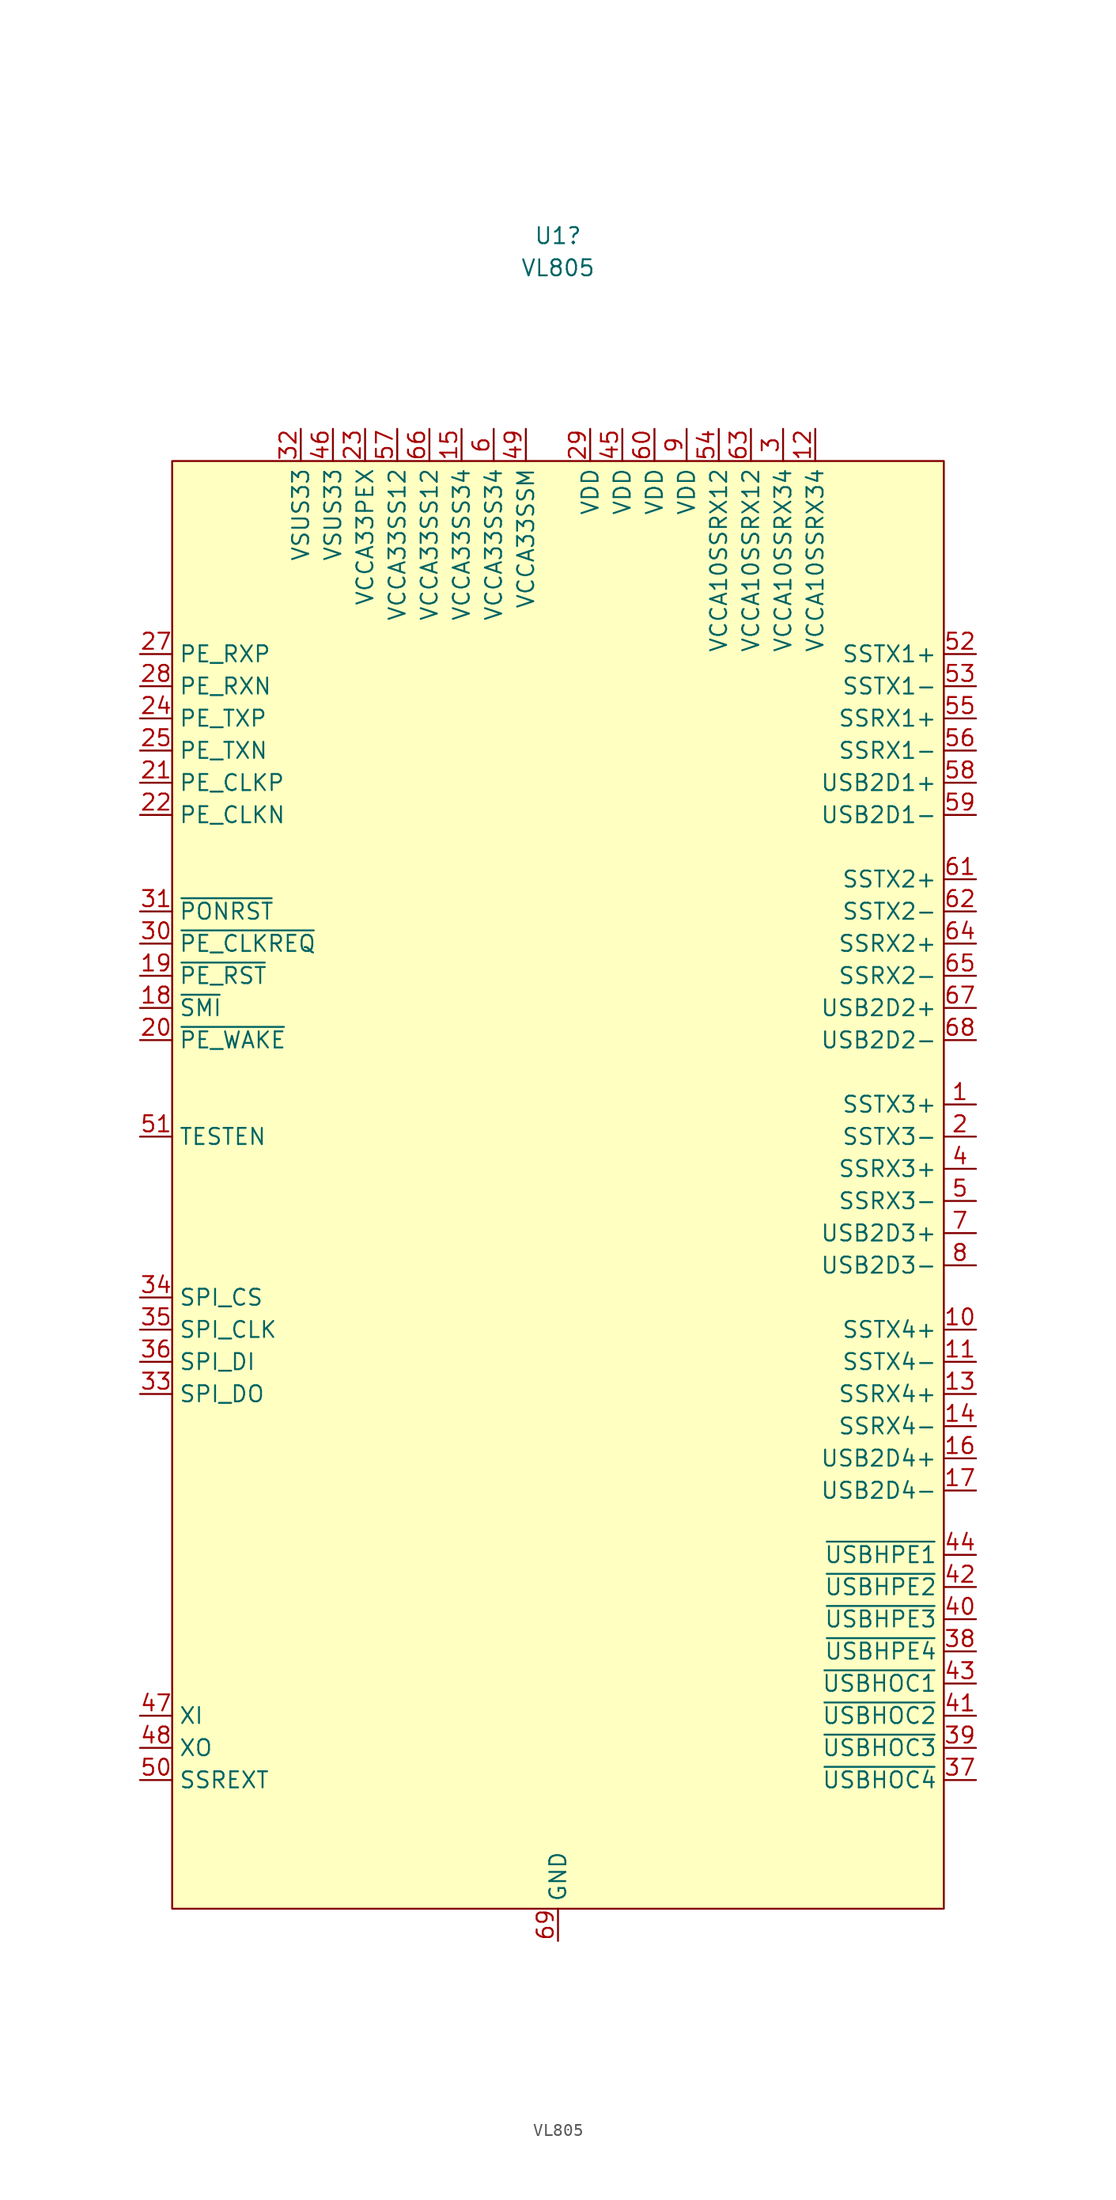
<source format=kicad_sym>
(kicad_symbol_lib
  (version 20220914)
  (generator kicad_symbol_editor)
  (symbol "VL805"
    (property "Reference" "U1"
      (at 0 58.42 0)
      (effects (font (size 1.27 1.27))))
    (property "Value" "VL805"
      (at 0 55.88 0)
      (effects (font (size 1.27 1.27))))
    (symbol "VL805_1_1"
      (rectangle (start -30.48 40.64) (end 30.48 -73.66) (stroke (width 0) (type default)) (fill (type background)))
      (pin input line (at 33.02 -10.16 180) (length 2.54) (name "SSTX3+" (effects (font (size 1.27 1.27)))) (number "1" (effects (font (size 1.27 1.27)))))
      (pin input line (at 33.02 -27.94 180) (length 2.54) (name "SSTX4+" (effects (font (size 1.27 1.27)))) (number "10" (effects (font (size 1.27 1.27)))))
      (pin input line (at 33.02 -30.48 180) (length 2.54) (name "SSTX4-" (effects (font (size 1.27 1.27)))) (number "11" (effects (font (size 1.27 1.27)))))
      (pin input line (at 20.32 43.18 270) (length 2.54) (name "VCCA10SSRX34" (effects (font (size 1.27 1.27)))) (number "12" (effects (font (size 1.27 1.27)))))
      (pin input line (at 33.02 -33.02 180) (length 2.54) (name "SSRX4+" (effects (font (size 1.27 1.27)))) (number "13" (effects (font (size 1.27 1.27)))))
      (pin input line (at 33.02 -35.56 180) (length 2.54) (name "SSRX4-" (effects (font (size 1.27 1.27)))) (number "14" (effects (font (size 1.27 1.27)))))
      (pin power_in line (at -7.62 43.18 270) (length 2.54) (name "VCCA33SS34" (effects (font (size 1.27 1.27)))) (number "15" (effects (font (size 1.27 1.27)))))
      (pin input line (at 33.02 -38.1 180) (length 2.54) (name "USB2D4+" (effects (font (size 1.27 1.27)))) (number "16" (effects (font (size 1.27 1.27)))))
      (pin input line (at 33.02 -40.64 180) (length 2.54) (name "USB2D4-" (effects (font (size 1.27 1.27)))) (number "17" (effects (font (size 1.27 1.27)))))
      (pin input line (at -33.02 -2.54 0) (length 2.54) (name "~{SMI}" (effects (font (size 1.27 1.27)))) (number "18" (effects (font (size 1.27 1.27)))))
      (pin input line (at -33.02 0 0) (length 2.54) (name "~{PE_RST}" (effects (font (size 1.27 1.27)))) (number "19" (effects (font (size 1.27 1.27)))))
      (pin input line (at 33.02 -12.7 180) (length 2.54) (name "SSTX3-" (effects (font (size 1.27 1.27)))) (number "2" (effects (font (size 1.27 1.27)))))
      (pin input line (at -33.02 -5.08 0) (length 2.54) (name "~{PE_WAKE}" (effects (font (size 1.27 1.27)))) (number "20" (effects (font (size 1.27 1.27)))))
      (pin input line (at -33.02 15.24 0) (length 2.54) (name "PE_CLKP" (effects (font (size 1.27 1.27)))) (number "21" (effects (font (size 1.27 1.27)))))
      (pin input line (at -33.02 12.7 0) (length 2.54) (name "PE_CLKN" (effects (font (size 1.27 1.27)))) (number "22" (effects (font (size 1.27 1.27)))))
      (pin input line (at -15.24 43.18 270) (length 2.54) (name "VCCA33PEX" (effects (font (size 1.27 1.27)))) (number "23" (effects (font (size 1.27 1.27)))))
      (pin input line (at -33.02 20.32 0) (length 2.54) (name "PE_TXP" (effects (font (size 1.27 1.27)))) (number "24" (effects (font (size 1.27 1.27)))))
      (pin input line (at -33.02 17.78 0) (length 2.54) (name "PE_TXN" (effects (font (size 1.27 1.27)))) (number "25" (effects (font (size 1.27 1.27)))))
      (pin input line (at -33.02 25.4 0) (length 2.54) (name "PE_RXP" (effects (font (size 1.27 1.27)))) (number "27" (effects (font (size 1.27 1.27)))))
      (pin input line (at -33.02 22.86 0) (length 2.54) (name "PE_RXN" (effects (font (size 1.27 1.27)))) (number "28" (effects (font (size 1.27 1.27)))))
      (pin input line (at 2.54 43.18 270) (length 2.54) (name "VDD" (effects (font (size 1.27 1.27)))) (number "29" (effects (font (size 1.27 1.27)))))
      (pin input line (at 17.78 43.18 270) (length 2.54) (name "VCCA10SSRX34" (effects (font (size 1.27 1.27)))) (number "3" (effects (font (size 1.27 1.27)))))
      (pin input line (at -33.02 2.54 0) (length 2.54) (name "~{PE_CLKREQ}" (effects (font (size 1.27 1.27)))) (number "30" (effects (font (size 1.27 1.27)))))
      (pin input line (at -33.02 5.08 0) (length 2.54) (name "~{PONRST}" (effects (font (size 1.27 1.27)))) (number "31" (effects (font (size 1.27 1.27)))))
      (pin input line (at -20.32 43.18 270) (length 2.54) (name "VSUS33" (effects (font (size 1.27 1.27)))) (number "32" (effects (font (size 1.27 1.27)))))
      (pin input line (at -33.02 -33.02 0) (length 2.54) (name "SPI_DO" (effects (font (size 1.27 1.27)))) (number "33" (effects (font (size 1.27 1.27)))))
      (pin input line (at -33.02 -25.4 0) (length 2.54) (name "SPI_CS" (effects (font (size 1.27 1.27)))) (number "34" (effects (font (size 1.27 1.27)))))
      (pin input line (at -33.02 -27.94 0) (length 2.54) (name "SPI_CLK" (effects (font (size 1.27 1.27)))) (number "35" (effects (font (size 1.27 1.27)))))
      (pin input line (at -33.02 -30.48 0) (length 2.54) (name "SPI_DI" (effects (font (size 1.27 1.27)))) (number "36" (effects (font (size 1.27 1.27)))))
      (pin input line (at 33.02 -63.5 180) (length 2.54) (name "~{USBHOC4}" (effects (font (size 1.27 1.27)))) (number "37" (effects (font (size 1.27 1.27)))))
      (pin input line (at 33.02 -53.34 180) (length 2.54) (name "~{USBHPE4}" (effects (font (size 1.27 1.27)))) (number "38" (effects (font (size 1.27 1.27)))))
      (pin input line (at 33.02 -60.96 180) (length 2.54) (name "~{USBHOC3}" (effects (font (size 1.27 1.27)))) (number "39" (effects (font (size 1.27 1.27)))))
      (pin input line (at 33.02 -15.24 180) (length 2.54) (name "SSRX3+" (effects (font (size 1.27 1.27)))) (number "4" (effects (font (size 1.27 1.27)))))
      (pin input line (at 33.02 -50.8 180) (length 2.54) (name "~{USBHPE3}" (effects (font (size 1.27 1.27)))) (number "40" (effects (font (size 1.27 1.27)))))
      (pin input line (at 33.02 -58.42 180) (length 2.54) (name "~{USBHOC2}" (effects (font (size 1.27 1.27)))) (number "41" (effects (font (size 1.27 1.27)))))
      (pin input line (at 33.02 -48.26 180) (length 2.54) (name "~{USBHPE2}" (effects (font (size 1.27 1.27)))) (number "42" (effects (font (size 1.27 1.27)))))
      (pin input line (at 33.02 -55.88 180) (length 2.54) (name "~{USBHOC1}" (effects (font (size 1.27 1.27)))) (number "43" (effects (font (size 1.27 1.27)))))
      (pin input line (at 33.02 -45.72 180) (length 2.54) (name "~{USBHPE1}" (effects (font (size 1.27 1.27)))) (number "44" (effects (font (size 1.27 1.27)))))
      (pin input line (at 5.08 43.18 270) (length 2.54) (name "VDD" (effects (font (size 1.27 1.27)))) (number "45" (effects (font (size 1.27 1.27)))))
      (pin input line (at -17.78 43.18 270) (length 2.54) (name "VSUS33" (effects (font (size 1.27 1.27)))) (number "46" (effects (font (size 1.27 1.27)))))
      (pin input line (at -33.02 -58.42 0) (length 2.54) (name "XI" (effects (font (size 1.27 1.27)))) (number "47" (effects (font (size 1.27 1.27)))))
      (pin input line (at -33.02 -60.96 0) (length 2.54) (name "XO" (effects (font (size 1.27 1.27)))) (number "48" (effects (font (size 1.27 1.27)))))
      (pin power_in line (at -2.54 43.18 270) (length 2.54) (name "VCCA33SSM" (effects (font (size 1.27 1.27)))) (number "49" (effects (font (size 1.27 1.27)))))
      (pin input line (at 33.02 -17.78 180) (length 2.54) (name "SSRX3-" (effects (font (size 1.27 1.27)))) (number "5" (effects (font (size 1.27 1.27)))))
      (pin input line (at -33.02 -63.5 0) (length 2.54) (name "SSREXT" (effects (font (size 1.27 1.27)))) (number "50" (effects (font (size 1.27 1.27)))))
      (pin input line (at -33.02 -12.7 0) (length 2.54) (name "TESTEN" (effects (font (size 1.27 1.27)))) (number "51" (effects (font (size 1.27 1.27)))))
      (pin input line (at 33.02 25.4 180) (length 2.54) (name "SSTX1+" (effects (font (size 1.27 1.27)))) (number "52" (effects (font (size 1.27 1.27)))))
      (pin input line (at 33.02 22.86 180) (length 2.54) (name "SSTX1-" (effects (font (size 1.27 1.27)))) (number "53" (effects (font (size 1.27 1.27)))))
      (pin input line (at 12.7 43.18 270) (length 2.54) (name "VCCA10SSRX12" (effects (font (size 1.27 1.27)))) (number "54" (effects (font (size 1.27 1.27)))))
      (pin input line (at 33.02 20.32 180) (length 2.54) (name "SSRX1+" (effects (font (size 1.27 1.27)))) (number "55" (effects (font (size 1.27 1.27)))))
      (pin input line (at 33.02 17.78 180) (length 2.54) (name "SSRX1-" (effects (font (size 1.27 1.27)))) (number "56" (effects (font (size 1.27 1.27)))))
      (pin input line (at -12.7 43.18 270) (length 2.54) (name "VCCA33SS12" (effects (font (size 1.27 1.27)))) (number "57" (effects (font (size 1.27 1.27)))))
      (pin input line (at 33.02 15.24 180) (length 2.54) (name "USB2D1+" (effects (font (size 1.27 1.27)))) (number "58" (effects (font (size 1.27 1.27)))))
      (pin input line (at 33.02 12.7 180) (length 2.54) (name "USB2D1-" (effects (font (size 1.27 1.27)))) (number "59" (effects (font (size 1.27 1.27)))))
      (pin power_in line (at -5.08 43.18 270) (length 2.54) (name "VCCA33SS34" (effects (font (size 1.27 1.27)))) (number "6" (effects (font (size 1.27 1.27)))))
      (pin input line (at 7.62 43.18 270) (length 2.54) (name "VDD" (effects (font (size 1.27 1.27)))) (number "60" (effects (font (size 1.27 1.27)))))
      (pin input line (at 33.02 7.62 180) (length 2.54) (name "SSTX2+" (effects (font (size 1.27 1.27)))) (number "61" (effects (font (size 1.27 1.27)))))
      (pin input line (at 33.02 5.08 180) (length 2.54) (name "SSTX2-" (effects (font (size 1.27 1.27)))) (number "62" (effects (font (size 1.27 1.27)))))
      (pin input line (at 15.24 43.18 270) (length 2.54) (name "VCCA10SSRX12" (effects (font (size 1.27 1.27)))) (number "63" (effects (font (size 1.27 1.27)))))
      (pin input line (at 33.02 2.54 180) (length 2.54) (name "SSRX2+" (effects (font (size 1.27 1.27)))) (number "64" (effects (font (size 1.27 1.27)))))
      (pin input line (at 33.02 0 180) (length 2.54) (name "SSRX2-" (effects (font (size 1.27 1.27)))) (number "65" (effects (font (size 1.27 1.27)))))
      (pin power_in line (at -10.16 43.18 270) (length 2.54) (name "VCCA33SS12" (effects (font (size 1.27 1.27)))) (number "66" (effects (font (size 1.27 1.27)))))
      (pin input line (at 33.02 -2.54 180) (length 2.54) (name "USB2D2+" (effects (font (size 1.27 1.27)))) (number "67" (effects (font (size 1.27 1.27)))))
      (pin input line (at 33.02 -5.08 180) (length 2.54) (name "USB2D2-" (effects (font (size 1.27 1.27)))) (number "68" (effects (font (size 1.27 1.27)))))
      (pin power_in line (at 0 -76.2 90) (length 2.54) (name "GND" (effects (font (size 1.27 1.27)))) (number "69" (effects (font (size 1.27 1.27)))))
      (pin input line (at 33.02 -20.32 180) (length 2.54) (name "USB2D3+" (effects (font (size 1.27 1.27)))) (number "7" (effects (font (size 1.27 1.27)))))
      (pin input line (at 33.02 -22.86 180) (length 2.54) (name "USB2D3-" (effects (font (size 1.27 1.27)))) (number "8" (effects (font (size 1.27 1.27)))))
      (pin input line (at 10.16 43.18 270) (length 2.54) (name "VDD" (effects (font (size 1.27 1.27)))) (number "9" (effects (font (size 1.27 1.27))))))))
</source>
